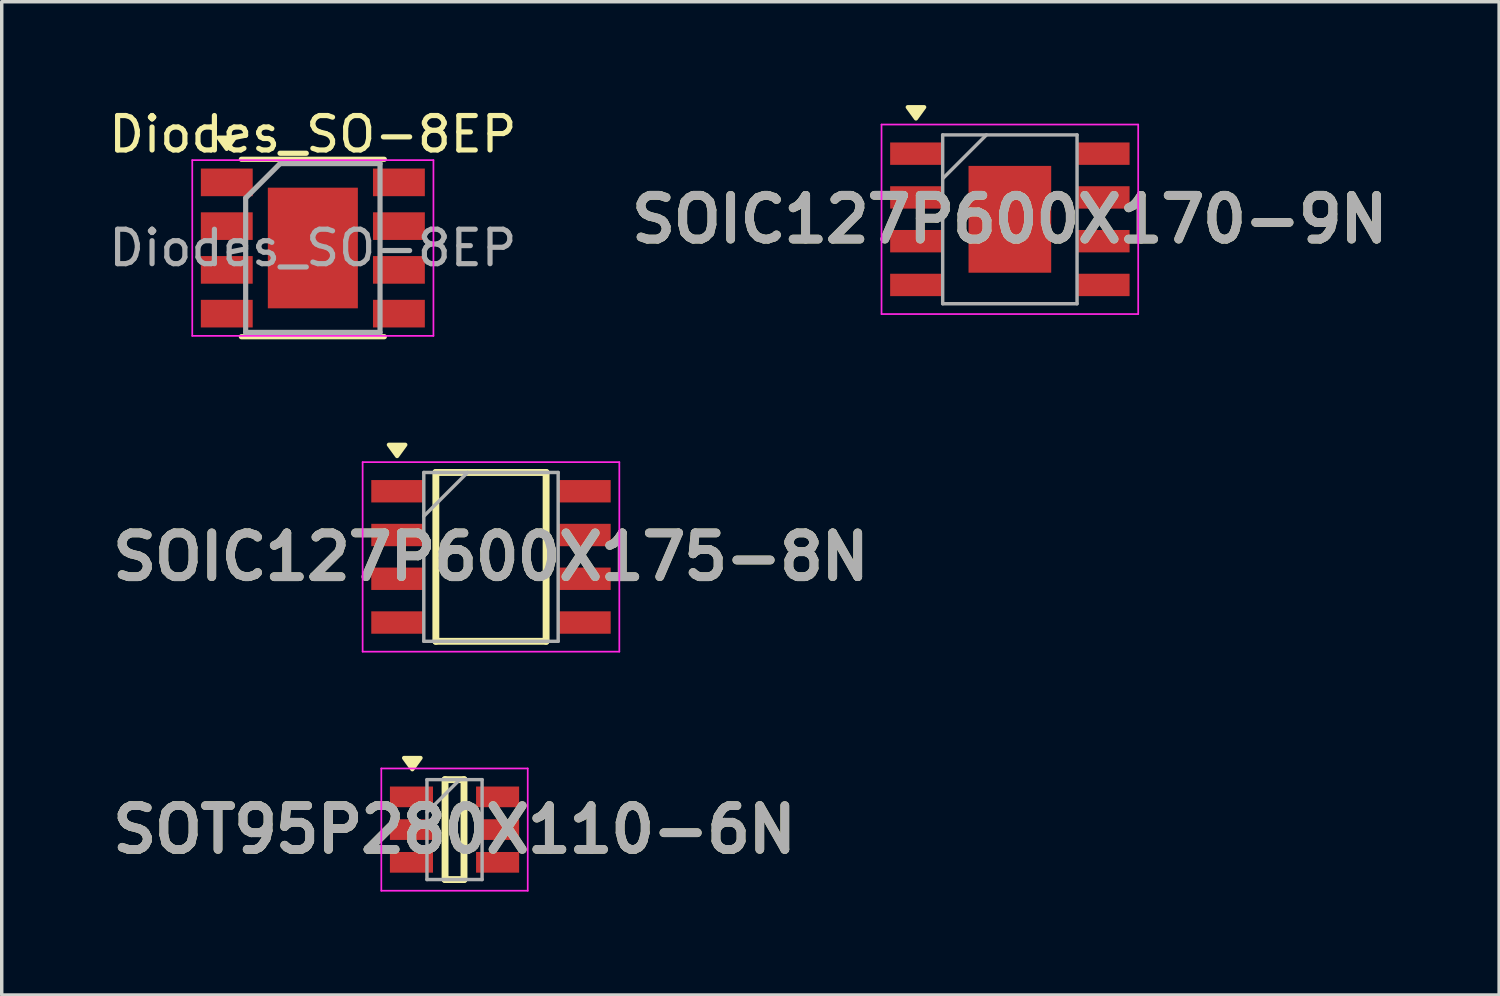
<source format=kicad_pcb>
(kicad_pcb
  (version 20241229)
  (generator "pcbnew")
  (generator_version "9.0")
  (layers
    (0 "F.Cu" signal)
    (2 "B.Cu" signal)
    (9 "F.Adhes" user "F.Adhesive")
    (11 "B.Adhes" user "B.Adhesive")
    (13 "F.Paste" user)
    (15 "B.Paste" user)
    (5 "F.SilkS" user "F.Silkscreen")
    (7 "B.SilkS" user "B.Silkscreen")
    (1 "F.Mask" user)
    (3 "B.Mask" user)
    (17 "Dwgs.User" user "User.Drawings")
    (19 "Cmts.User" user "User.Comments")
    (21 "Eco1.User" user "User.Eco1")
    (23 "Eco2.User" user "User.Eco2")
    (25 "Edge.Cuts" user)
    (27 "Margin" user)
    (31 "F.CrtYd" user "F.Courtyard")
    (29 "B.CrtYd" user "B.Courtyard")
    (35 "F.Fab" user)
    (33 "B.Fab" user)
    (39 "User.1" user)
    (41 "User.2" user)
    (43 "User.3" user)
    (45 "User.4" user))
  (footprint "SOIC127P600X170-9N"
    (layer "F.Cu")
    (at 26.26 3.315)
    (property "Reference" "SOIC127P600X170-9N" (at 0 0 0) (layer "F.SilkS") (effects (font (size 1.27 1.27) (thickness 0.254))))
    (attr smd)
    (fp_poly (pts (xy -2.725 -2.925) (xy -2.965 -3.255) (xy -2.485 -3.255) (xy -2.725 -2.925)) (stroke (width 0.12) (type solid)) (fill yes) (layer "F.SilkS"))
    (fp_line (start -3.725 -2.75) (end 3.725 -2.75) (stroke (width 0.05) (type solid)) (layer "F.CrtYd"))
    (fp_line (start -3.725 2.75) (end -3.725 -2.75) (stroke (width 0.05) (type solid)) (layer "F.CrtYd"))
    (fp_line (start 3.725 -2.75) (end 3.725 2.75) (stroke (width 0.05) (type solid)) (layer "F.CrtYd"))
    (fp_line (start 3.725 2.75) (end -3.725 2.75) (stroke (width 0.05) (type solid)) (layer "F.CrtYd"))
    (fp_line (start -1.95 -2.45) (end 1.95 -2.45) (stroke (width 0.1) (type solid)) (layer "F.Fab"))
    (fp_line (start -1.95 -1.18) (end -0.68 -2.45) (stroke (width 0.1) (type solid)) (layer "F.Fab"))
    (fp_line (start -1.95 2.45) (end -1.95 -2.45) (stroke (width 0.1) (type solid)) (layer "F.Fab"))
    (fp_line (start 1.95 -2.45) (end 1.95 2.45) (stroke (width 0.1) (type solid)) (layer "F.Fab"))
    (fp_line (start 1.95 2.45) (end -1.95 2.45) (stroke (width 0.1) (type solid)) (layer "F.Fab"))
    (fp_text user "${REFERENCE}" (at 0 0 0) (layer "F.Fab") (effects (font (size 1.27 1.27) (thickness 0.254))))
    (pad "1" smd rect (at -2.712 -1.905 90) (size 0.65 1.525) (layers "F.Cu" "F.Mask" "F.Paste"))
    (pad "2" smd rect (at -2.712 -0.635 90) (size 0.65 1.525) (layers "F.Cu" "F.Mask" "F.Paste"))
    (pad "3" smd rect (at -2.712 0.635 90) (size 0.65 1.525) (layers "F.Cu" "F.Mask" "F.Paste"))
    (pad "4" smd rect (at -2.712 1.905 90) (size 0.65 1.525) (layers "F.Cu" "F.Mask" "F.Paste"))
    (pad "5" smd rect (at 2.712 1.905 90) (size 0.65 1.525) (layers "F.Cu" "F.Mask" "F.Paste"))
    (pad "6" smd rect (at 2.712 0.635 90) (size 0.65 1.525) (layers "F.Cu" "F.Mask" "F.Paste"))
    (pad "7" smd rect (at 2.712 -0.635 90) (size 0.65 1.525) (layers "F.Cu" "F.Mask" "F.Paste"))
    (pad "8" smd rect (at 2.712 -1.905 90) (size 0.65 1.525) (layers "F.Cu" "F.Mask" "F.Paste"))
    (pad "9" smd rect (at 0 0) (size 2.4 3.1) (layers "F.Cu" "F.Mask" "F.Paste")))
  (footprint "SOT95P280X110-6N"
    (layer "F.Cu")
    (at 10.142 21.028)
    (property "Reference" "SOT95P280X110-6N" (at 0 0 0) (layer "F.SilkS") (effects (font (size 1.27 1.27) (thickness 0.254))))
    (attr smd)
    (fp_line (start -0.275 -1.45) (end 0.275 -1.45) (stroke (width 0.2) (type solid)) (layer "F.SilkS"))
    (fp_line (start -0.275 1.45) (end -0.275 -1.45) (stroke (width 0.2) (type solid)) (layer "F.SilkS"))
    (fp_line (start 0.275 -1.45) (end 0.275 1.45) (stroke (width 0.2) (type solid)) (layer "F.SilkS"))
    (fp_line (start 0.275 1.45) (end -0.275 1.45) (stroke (width 0.2) (type solid)) (layer "F.SilkS"))
    (fp_poly (pts (xy -1.225 -1.75) (xy -1.465 -2.08) (xy -0.985 -2.08) (xy -1.225 -1.75)) (stroke (width 0.12) (type solid)) (fill yes) (layer "F.SilkS"))
    (fp_line (start -2.125 -1.775) (end 2.125 -1.775) (stroke (width 0.05) (type solid)) (layer "F.CrtYd"))
    (fp_line (start -2.125 1.775) (end -2.125 -1.775) (stroke (width 0.05) (type solid)) (layer "F.CrtYd"))
    (fp_line (start 2.125 -1.775) (end 2.125 1.775) (stroke (width 0.05) (type solid)) (layer "F.CrtYd"))
    (fp_line (start 2.125 1.775) (end -2.125 1.775) (stroke (width 0.05) (type solid)) (layer "F.CrtYd"))
    (fp_line (start -0.8 -1.45) (end 0.8 -1.45) (stroke (width 0.1) (type solid)) (layer "F.Fab"))
    (fp_line (start -0.8 -0.5) (end 0.15 -1.45) (stroke (width 0.1) (type solid)) (layer "F.Fab"))
    (fp_line (start -0.8 1.45) (end -0.8 -1.45) (stroke (width 0.1) (type solid)) (layer "F.Fab"))
    (fp_line (start 0.8 -1.45) (end 0.8 1.45) (stroke (width 0.1) (type solid)) (layer "F.Fab"))
    (fp_line (start 0.8 1.45) (end -0.8 1.45) (stroke (width 0.1) (type solid)) (layer "F.Fab"))
    (fp_text user "${REFERENCE}" (at 0 0 0) (layer "F.Fab") (effects (font (size 1.27 1.27) (thickness 0.254))))
    (pad "1" smd rect (at -1.25 -0.95 90) (size 0.6 1.25) (layers "F.Cu" "F.Mask" "F.Paste"))
    (pad "2" smd rect (at -1.25 0 90) (size 0.6 1.25) (layers "F.Cu" "F.Mask" "F.Paste"))
    (pad "3" smd rect (at -1.25 0.95 90) (size 0.6 1.25) (layers "F.Cu" "F.Mask" "F.Paste"))
    (pad "4" smd rect (at 1.25 0.95 90) (size 0.6 1.25) (layers "F.Cu" "F.Mask" "F.Paste"))
    (pad "5" smd rect (at 1.25 0 90) (size 0.6 1.25) (layers "F.Cu" "F.Mask" "F.Paste"))
    (pad "6" smd rect (at 1.25 -0.95 90) (size 0.6 1.25) (layers "F.Cu" "F.Mask" "F.Paste")))
  (footprint "SOIC127P600X175-8N"
    (layer "F.Cu")
    (at 11.2 13.113)
    (property "Reference" "SOIC127P600X175-8N" (at 0 0 0) (layer "F.SilkS") (effects (font (size 1.27 1.27) (thickness 0.254))))
    (attr smd)
    (fp_line (start -1.6 -2.45) (end 1.6 -2.45) (stroke (width 0.2) (type solid)) (layer "F.SilkS"))
    (fp_line (start -1.6 2.45) (end -1.6 -2.45) (stroke (width 0.2) (type solid)) (layer "F.SilkS"))
    (fp_line (start 1.6 -2.45) (end 1.6 2.45) (stroke (width 0.2) (type solid)) (layer "F.SilkS"))
    (fp_line (start 1.6 2.45) (end -1.6 2.45) (stroke (width 0.2) (type solid)) (layer "F.SilkS"))
    (fp_poly (pts (xy -2.725 -2.925) (xy -2.965 -3.255) (xy -2.485 -3.255) (xy -2.725 -2.925)) (stroke (width 0.12) (type solid)) (fill yes) (layer "F.SilkS"))
    (fp_line (start -3.725 -2.75) (end 3.725 -2.75) (stroke (width 0.05) (type solid)) (layer "F.CrtYd"))
    (fp_line (start -3.725 2.75) (end -3.725 -2.75) (stroke (width 0.05) (type solid)) (layer "F.CrtYd"))
    (fp_line (start 3.725 -2.75) (end 3.725 2.75) (stroke (width 0.05) (type solid)) (layer "F.CrtYd"))
    (fp_line (start 3.725 2.75) (end -3.725 2.75) (stroke (width 0.05) (type solid)) (layer "F.CrtYd"))
    (fp_line (start -1.95 -2.45) (end 1.95 -2.45) (stroke (width 0.1) (type solid)) (layer "F.Fab"))
    (fp_line (start -1.95 -1.18) (end -0.68 -2.45) (stroke (width 0.1) (type solid)) (layer "F.Fab"))
    (fp_line (start -1.95 2.45) (end -1.95 -2.45) (stroke (width 0.1) (type solid)) (layer "F.Fab"))
    (fp_line (start 1.95 -2.45) (end 1.95 2.45) (stroke (width 0.1) (type solid)) (layer "F.Fab"))
    (fp_line (start 1.95 2.45) (end -1.95 2.45) (stroke (width 0.1) (type solid)) (layer "F.Fab"))
    (fp_text user "${REFERENCE}" (at 0 0 0) (layer "F.Fab") (effects (font (size 1.27 1.27) (thickness 0.254))))
    (pad "1" smd rect (at -2.712 -1.905 90) (size 0.65 1.525) (layers "F.Cu" "F.Mask" "F.Paste"))
    (pad "2" smd rect (at -2.712 -0.635 90) (size 0.65 1.525) (layers "F.Cu" "F.Mask" "F.Paste"))
    (pad "3" smd rect (at -2.712 0.635 90) (size 0.65 1.525) (layers "F.Cu" "F.Mask" "F.Paste"))
    (pad "4" smd rect (at -2.712 1.905 90) (size 0.65 1.525) (layers "F.Cu" "F.Mask" "F.Paste"))
    (pad "5" smd rect (at 2.712 1.905 90) (size 0.65 1.525) (layers "F.Cu" "F.Mask" "F.Paste"))
    (pad "6" smd rect (at 2.712 0.635 90) (size 0.65 1.525) (layers "F.Cu" "F.Mask" "F.Paste"))
    (pad "7" smd rect (at 2.712 -0.635 90) (size 0.65 1.525) (layers "F.Cu" "F.Mask" "F.Paste"))
    (pad "8" smd rect (at 2.712 -1.905 90) (size 0.65 1.525) (layers "F.Cu" "F.Mask" "F.Paste")))
  (footprint "Diodes_SO-8EP"
    (layer "F.Cu")
    (at 6.03 4.148)
    (property "Reference" "Diodes_SO-8EP" (at 0 -3.3 0) (layer "F.SilkS") (effects (font (size 1 1) (thickness 0.15))))
    (attr smd)
    (fp_line (start -2.075 -2.575) (end 2.075 -2.575) (stroke (width 0.15) (type solid)) (layer "F.SilkS"))
    (fp_line (start -2.075 2.575) (end 2.075 2.575) (stroke (width 0.15) (type solid)) (layer "F.SilkS"))
    (fp_poly (pts (xy -2.5 -2.875) (xy -2.74 -3.205) (xy -2.26 -3.205) (xy -2.5 -2.875)) (stroke (width 0.12) (type solid)) (fill yes) (layer "F.SilkS"))
    (fp_line (start -3.5 -2.55) (end -3.5 2.55) (stroke (width 0.05) (type solid)) (layer "F.CrtYd"))
    (fp_line (start -3.5 -2.55) (end 3.5 -2.55) (stroke (width 0.05) (type solid)) (layer "F.CrtYd"))
    (fp_line (start -3.5 2.55) (end 3.5 2.55) (stroke (width 0.05) (type solid)) (layer "F.CrtYd"))
    (fp_line (start 3.5 -2.55) (end 3.5 2.55) (stroke (width 0.05) (type solid)) (layer "F.CrtYd"))
    (fp_line (start -1.95 -1.45) (end -0.95 -2.45) (stroke (width 0.15) (type solid)) (layer "F.Fab"))
    (fp_line (start -1.95 2.45) (end -1.95 -1.45) (stroke (width 0.15) (type solid)) (layer "F.Fab"))
    (fp_line (start -0.95 -2.45) (end 1.95 -2.45) (stroke (width 0.15) (type solid)) (layer "F.Fab"))
    (fp_line (start 1.95 -2.45) (end 1.95 2.45) (stroke (width 0.15) (type solid)) (layer "F.Fab"))
    (fp_line (start 1.95 2.45) (end -1.95 2.45) (stroke (width 0.15) (type solid)) (layer "F.Fab"))
    (fp_text user "${REFERENCE}" (at 0 0 0) (layer "F.Fab") (effects (font (size 1 1) (thickness 0.15))))
    (pad "1" smd rect (at -2.498 -1.905) (size 1.505 0.802) (layers "F.Cu" "F.Mask" "F.Paste"))
    (pad "2" smd rect (at -2.498 -0.635) (size 1.505 0.802) (layers "F.Cu" "F.Mask" "F.Paste"))
    (pad "3" smd rect (at -2.498 0.635) (size 1.505 0.802) (layers "F.Cu" "F.Mask" "F.Paste"))
    (pad "4" smd rect (at -2.498 1.905) (size 1.505 0.802) (layers "F.Cu" "F.Mask" "F.Paste"))
    (pad "5" smd rect (at 2.498 1.905) (size 1.505 0.802) (layers "F.Cu" "F.Mask" "F.Paste"))
    (pad "6" smd rect (at 2.498 0.635) (size 1.505 0.802) (layers "F.Cu" "F.Mask" "F.Paste"))
    (pad "7" smd rect (at 2.498 -0.635) (size 1.505 0.802) (layers "F.Cu" "F.Mask" "F.Paste"))
    (pad "8" smd rect (at 2.498 -1.905) (size 1.505 0.802) (layers "F.Cu" "F.Mask" "F.Paste"))
    (pad "9" smd rect (at 0 0) (size 2.613 3.502) (layers "F.Cu" "F.Mask" "F.Paste")))
  (gr_rect
    (start -3 -3)
    (end 40.46 25.828)
    (stroke (width 0.1) (type default))
    (fill no)
    (layer "Edge.Cuts")))
</source>
